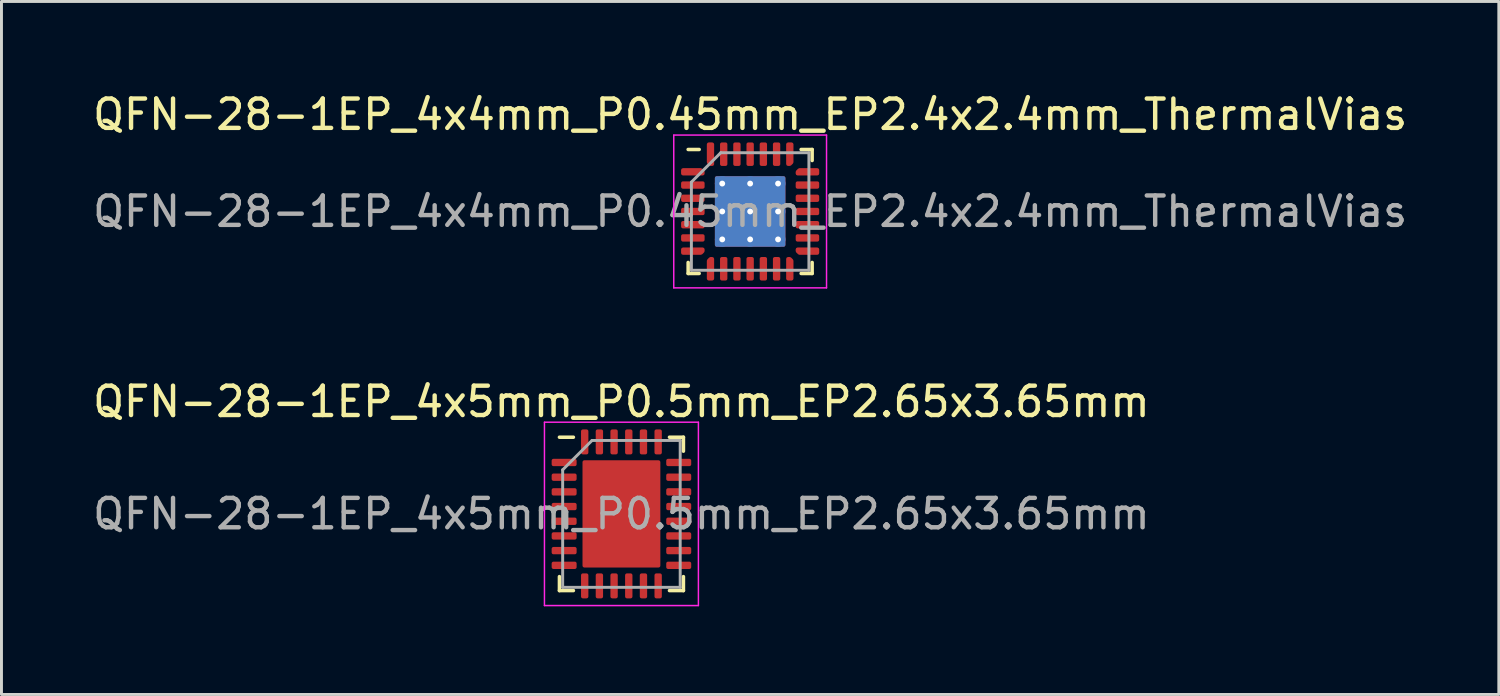
<source format=kicad_pcb>
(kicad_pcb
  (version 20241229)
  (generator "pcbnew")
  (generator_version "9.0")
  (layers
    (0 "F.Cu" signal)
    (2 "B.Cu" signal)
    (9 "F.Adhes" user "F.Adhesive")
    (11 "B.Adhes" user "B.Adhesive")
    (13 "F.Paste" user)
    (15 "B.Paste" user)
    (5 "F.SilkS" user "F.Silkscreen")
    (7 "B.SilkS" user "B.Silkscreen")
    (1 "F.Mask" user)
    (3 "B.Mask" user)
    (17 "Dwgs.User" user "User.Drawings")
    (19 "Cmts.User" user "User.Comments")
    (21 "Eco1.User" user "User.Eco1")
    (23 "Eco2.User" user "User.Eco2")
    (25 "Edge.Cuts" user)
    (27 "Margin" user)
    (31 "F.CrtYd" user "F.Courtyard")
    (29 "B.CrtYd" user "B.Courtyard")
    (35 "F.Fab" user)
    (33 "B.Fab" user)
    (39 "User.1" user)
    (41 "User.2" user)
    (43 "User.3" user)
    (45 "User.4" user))
  (footprint "QFN-28-1EP_4x4mm_P0.45mm_EP2.4x2.4mm_ThermalVias"
    (layer "F.Cu")
    (at 22.482 4.148)
    (property "Reference" "QFN-28-1EP_4x4mm_P0.45mm_EP2.4x2.4mm_ThermalVias" (at 0 -3.3 0) (layer "F.SilkS") (effects (font (size 1 1) (thickness 0.15))))
    (attr smd)
    (fp_line (start -2.11 2.11) (end -2.11 1.735) (stroke (width 0.12) (type solid)) (layer "F.SilkS"))
    (fp_line (start -1.735 -2.11) (end -2.11 -2.11) (stroke (width 0.12) (type solid)) (layer "F.SilkS"))
    (fp_line (start -1.735 2.11) (end -2.11 2.11) (stroke (width 0.12) (type solid)) (layer "F.SilkS"))
    (fp_line (start 1.735 -2.11) (end 2.11 -2.11) (stroke (width 0.12) (type solid)) (layer "F.SilkS"))
    (fp_line (start 1.735 2.11) (end 2.11 2.11) (stroke (width 0.12) (type solid)) (layer "F.SilkS"))
    (fp_line (start 2.11 -2.11) (end 2.11 -1.735) (stroke (width 0.12) (type solid)) (layer "F.SilkS"))
    (fp_line (start 2.11 2.11) (end 2.11 1.735) (stroke (width 0.12) (type solid)) (layer "F.SilkS"))
    (fp_line (start -2.6 -2.6) (end -2.6 2.6) (stroke (width 0.05) (type solid)) (layer "F.CrtYd"))
    (fp_line (start -2.6 2.6) (end 2.6 2.6) (stroke (width 0.05) (type solid)) (layer "F.CrtYd"))
    (fp_line (start 2.6 -2.6) (end -2.6 -2.6) (stroke (width 0.05) (type solid)) (layer "F.CrtYd"))
    (fp_line (start 2.6 2.6) (end 2.6 -2.6) (stroke (width 0.05) (type solid)) (layer "F.CrtYd"))
    (fp_line (start -2 -1) (end -1 -2) (stroke (width 0.1) (type solid)) (layer "F.Fab"))
    (fp_line (start -2 2) (end -2 -1) (stroke (width 0.1) (type solid)) (layer "F.Fab"))
    (fp_line (start -1 -2) (end 2 -2) (stroke (width 0.1) (type solid)) (layer "F.Fab"))
    (fp_line (start 2 -2) (end 2 2) (stroke (width 0.1) (type solid)) (layer "F.Fab"))
    (fp_line (start 2 2) (end -2 2) (stroke (width 0.1) (type solid)) (layer "F.Fab"))
    (fp_text user "${REFERENCE}" (at 0 0 0) (layer "F.Fab") (effects (font (size 1 1) (thickness 0.15))))
    (pad "" smd roundrect (at -0.6 -0.6) (size 1.04 1.04) (layers "F.Paste") (roundrect_rratio 0.24))
    (pad "" smd roundrect (at -0.6 0.6) (size 1.04 1.04) (layers "F.Paste") (roundrect_rratio 0.24))
    (pad "" smd roundrect (at 0.6 -0.6) (size 1.04 1.04) (layers "F.Paste") (roundrect_rratio 0.24))
    (pad "" smd roundrect (at 0.6 0.6) (size 1.04 1.04) (layers "F.Paste") (roundrect_rratio 0.24))
    (pad "1" smd custom (at -1.95 -1.35) (size 0.179 0.179) (layers "F.Cu" "F.Mask" "F.Paste") (options (anchor circle)) (primitives (gr_poly (pts (xy -0.338 -0.062) (xy 0.274 -0.062) (xy 0.338 0.001) (xy 0.338 0.062) (xy -0.338 0.062)) (width 0.125) (fill yes))))
    (pad "2" smd roundrect (at -1.95 -0.9) (size 0.8 0.25) (layers "F.Cu" "F.Mask" "F.Paste") (roundrect_rratio 0.25))
    (pad "3" smd roundrect (at -1.95 -0.45) (size 0.8 0.25) (layers "F.Cu" "F.Mask" "F.Paste") (roundrect_rratio 0.25))
    (pad "4" smd roundrect (at -1.95 0) (size 0.8 0.25) (layers "F.Cu" "F.Mask" "F.Paste") (roundrect_rratio 0.25))
    (pad "5" smd roundrect (at -1.95 0.45) (size 0.8 0.25) (layers "F.Cu" "F.Mask" "F.Paste") (roundrect_rratio 0.25))
    (pad "6" smd roundrect (at -1.95 0.9) (size 0.8 0.25) (layers "F.Cu" "F.Mask" "F.Paste") (roundrect_rratio 0.25))
    (pad "7" smd custom (at -1.95 1.35) (size 0.179 0.179) (layers "F.Cu" "F.Mask" "F.Paste") (options (anchor circle)) (primitives (gr_poly (pts (xy -0.338 -0.062) (xy 0.338 -0.062) (xy 0.338 -0.001) (xy 0.274 0.062) (xy -0.338 0.062)) (width 0.125) (fill yes))))
    (pad "8" smd custom (at -1.35 1.95) (size 0.179 0.179) (layers "F.Cu" "F.Mask" "F.Paste") (options (anchor circle)) (primitives (gr_poly (pts (xy -0.062 -0.274) (xy 0.001 -0.338) (xy 0.062 -0.338) (xy 0.062 0.338) (xy -0.062 0.338)) (width 0.125) (fill yes))))
    (pad "9" smd roundrect (at -0.9 1.95) (size 0.25 0.8) (layers "F.Cu" "F.Mask" "F.Paste") (roundrect_rratio 0.25))
    (pad "10" smd roundrect (at -0.45 1.95) (size 0.25 0.8) (layers "F.Cu" "F.Mask" "F.Paste") (roundrect_rratio 0.25))
    (pad "11" smd roundrect (at 0 1.95) (size 0.25 0.8) (layers "F.Cu" "F.Mask" "F.Paste") (roundrect_rratio 0.25))
    (pad "12" smd roundrect (at 0.45 1.95) (size 0.25 0.8) (layers "F.Cu" "F.Mask" "F.Paste") (roundrect_rratio 0.25))
    (pad "13" smd roundrect (at 0.9 1.95) (size 0.25 0.8) (layers "F.Cu" "F.Mask" "F.Paste") (roundrect_rratio 0.25))
    (pad "14" smd custom (at 1.35 1.95) (size 0.179 0.179) (layers "F.Cu" "F.Mask" "F.Paste") (options (anchor circle)) (primitives (gr_poly (pts (xy -0.062 -0.338) (xy -0.001 -0.338) (xy 0.062 -0.274) (xy 0.062 0.338) (xy -0.062 0.338)) (width 0.125) (fill yes))))
    (pad "15" smd custom (at 1.95 1.35) (size 0.179 0.179) (layers "F.Cu" "F.Mask" "F.Paste") (options (anchor circle)) (primitives (gr_poly (pts (xy -0.338 -0.062) (xy 0.338 -0.062) (xy 0.338 0.062) (xy -0.274 0.062) (xy -0.338 -0.001)) (width 0.125) (fill yes))))
    (pad "16" smd roundrect (at 1.95 0.9) (size 0.8 0.25) (layers "F.Cu" "F.Mask" "F.Paste") (roundrect_rratio 0.25))
    (pad "17" smd roundrect (at 1.95 0.45) (size 0.8 0.25) (layers "F.Cu" "F.Mask" "F.Paste") (roundrect_rratio 0.25))
    (pad "18" smd roundrect (at 1.95 0) (size 0.8 0.25) (layers "F.Cu" "F.Mask" "F.Paste") (roundrect_rratio 0.25))
    (pad "19" smd roundrect (at 1.95 -0.45) (size 0.8 0.25) (layers "F.Cu" "F.Mask" "F.Paste") (roundrect_rratio 0.25))
    (pad "20" smd roundrect (at 1.95 -0.9) (size 0.8 0.25) (layers "F.Cu" "F.Mask" "F.Paste") (roundrect_rratio 0.25))
    (pad "21" smd custom (at 1.95 -1.35) (size 0.179 0.179) (layers "F.Cu" "F.Mask" "F.Paste") (options (anchor circle)) (primitives (gr_poly (pts (xy -0.338 0.001) (xy -0.274 -0.062) (xy 0.338 -0.062) (xy 0.338 0.062) (xy -0.338 0.062)) (width 0.125) (fill yes))))
    (pad "22" smd custom (at 1.35 -1.95) (size 0.179 0.179) (layers "F.Cu" "F.Mask" "F.Paste") (options (anchor circle)) (primitives (gr_poly (pts (xy -0.062 -0.338) (xy 0.062 -0.338) (xy 0.062 0.274) (xy -0.001 0.338) (xy -0.062 0.338)) (width 0.125) (fill yes))))
    (pad "23" smd roundrect (at 0.9 -1.95) (size 0.25 0.8) (layers "F.Cu" "F.Mask" "F.Paste") (roundrect_rratio 0.25))
    (pad "24" smd roundrect (at 0.45 -1.95) (size 0.25 0.8) (layers "F.Cu" "F.Mask" "F.Paste") (roundrect_rratio 0.25))
    (pad "25" smd roundrect (at 0 -1.95) (size 0.25 0.8) (layers "F.Cu" "F.Mask" "F.Paste") (roundrect_rratio 0.25))
    (pad "26" smd roundrect (at -0.45 -1.95) (size 0.25 0.8) (layers "F.Cu" "F.Mask" "F.Paste") (roundrect_rratio 0.25))
    (pad "27" smd roundrect (at -0.9 -1.95) (size 0.25 0.8) (layers "F.Cu" "F.Mask" "F.Paste") (roundrect_rratio 0.25))
    (pad "28" smd custom (at -1.35 -1.95) (size 0.179 0.179) (layers "F.Cu" "F.Mask" "F.Paste") (options (anchor circle)) (primitives (gr_poly (pts (xy -0.062 -0.338) (xy 0.062 -0.338) (xy 0.062 0.338) (xy 0.001 0.338) (xy -0.062 0.274)) (width 0.125) (fill yes))))
    (pad "29" thru_hole circle (at -0.95 -0.95) (size 0.5 0.5) (drill 0.2) (layers "*.Cu"))
    (pad "29" thru_hole circle (at -0.95 0) (size 0.5 0.5) (drill 0.2) (layers "*.Cu"))
    (pad "29" thru_hole circle (at -0.95 0.95) (size 0.5 0.5) (drill 0.2) (layers "*.Cu"))
    (pad "29" thru_hole circle (at 0 -0.95) (size 0.5 0.5) (drill 0.2) (layers "*.Cu"))
    (pad "29" thru_hole circle (at 0 0) (size 0.5 0.5) (drill 0.2) (layers "*.Cu"))
    (pad "29" smd roundrect (at 0 0) (size 2.4 2.4) (layers "F.Cu" "F.Mask") (roundrect_rratio 0.026))
    (pad "29" smd roundrect (at 0 0) (size 2.4 2.4) (layers "B.Cu") (roundrect_rratio 0.026))
    (pad "29" thru_hole circle (at 0 0.95) (size 0.5 0.5) (drill 0.2) (layers "*.Cu"))
    (pad "29" thru_hole circle (at 0.95 -0.95) (size 0.5 0.5) (drill 0.2) (layers "*.Cu"))
    (pad "29" thru_hole circle (at 0.95 0) (size 0.5 0.5) (drill 0.2) (layers "*.Cu"))
    (pad "29" thru_hole circle (at 0.95 0.95) (size 0.5 0.5) (drill 0.2) (layers "*.Cu")))
  (footprint "QFN-28-1EP_4x5mm_P0.5mm_EP2.65x3.65mm"
    (layer "F.Cu")
    (at 18.101 14.441)
    (property "Reference" "QFN-28-1EP_4x5mm_P0.5mm_EP2.65x3.65mm" (at 0 -3.82 0) (layer "F.SilkS") (effects (font (size 1 1) (thickness 0.15))))
    (attr smd)
    (fp_line (start -2.11 2.61) (end -2.11 2.135) (stroke (width 0.12) (type solid)) (layer "F.SilkS"))
    (fp_line (start -1.635 -2.61) (end -2.11 -2.61) (stroke (width 0.12) (type solid)) (layer "F.SilkS"))
    (fp_line (start -1.635 2.61) (end -2.11 2.61) (stroke (width 0.12) (type solid)) (layer "F.SilkS"))
    (fp_line (start 1.635 -2.61) (end 2.11 -2.61) (stroke (width 0.12) (type solid)) (layer "F.SilkS"))
    (fp_line (start 1.635 2.61) (end 2.11 2.61) (stroke (width 0.12) (type solid)) (layer "F.SilkS"))
    (fp_line (start 2.11 -2.61) (end 2.11 -2.135) (stroke (width 0.12) (type solid)) (layer "F.SilkS"))
    (fp_line (start 2.11 2.61) (end 2.11 2.135) (stroke (width 0.12) (type solid)) (layer "F.SilkS"))
    (fp_line (start -2.62 -3.12) (end -2.62 3.12) (stroke (width 0.05) (type solid)) (layer "F.CrtYd"))
    (fp_line (start -2.62 3.12) (end 2.62 3.12) (stroke (width 0.05) (type solid)) (layer "F.CrtYd"))
    (fp_line (start 2.62 -3.12) (end -2.62 -3.12) (stroke (width 0.05) (type solid)) (layer "F.CrtYd"))
    (fp_line (start 2.62 3.12) (end 2.62 -3.12) (stroke (width 0.05) (type solid)) (layer "F.CrtYd"))
    (fp_line (start -2 -1.5) (end -1 -2.5) (stroke (width 0.1) (type solid)) (layer "F.Fab"))
    (fp_line (start -2 2.5) (end -2 -1.5) (stroke (width 0.1) (type solid)) (layer "F.Fab"))
    (fp_line (start -1 -2.5) (end 2 -2.5) (stroke (width 0.1) (type solid)) (layer "F.Fab"))
    (fp_line (start 2 -2.5) (end 2 2.5) (stroke (width 0.1) (type solid)) (layer "F.Fab"))
    (fp_line (start 2 2.5) (end -2 2.5) (stroke (width 0.1) (type solid)) (layer "F.Fab"))
    (fp_text user "${REFERENCE}" (at 0 0 0) (layer "F.Fab") (effects (font (size 1 1) (thickness 0.15))))
    (pad "" smd roundrect (at -0.66 -1.22) (size 1.07 0.98) (layers "F.Paste") (roundrect_rratio 0.25))
    (pad "" smd roundrect (at -0.66 0) (size 1.07 0.98) (layers "F.Paste") (roundrect_rratio 0.25))
    (pad "" smd roundrect (at -0.66 1.22) (size 1.07 0.98) (layers "F.Paste") (roundrect_rratio 0.25))
    (pad "" smd roundrect (at 0.66 -1.22) (size 1.07 0.98) (layers "F.Paste") (roundrect_rratio 0.25))
    (pad "" smd roundrect (at 0.66 0) (size 1.07 0.98) (layers "F.Paste") (roundrect_rratio 0.25))
    (pad "" smd roundrect (at 0.66 1.22) (size 1.07 0.98) (layers "F.Paste") (roundrect_rratio 0.25))
    (pad "1" smd roundrect (at -1.95 -1.75) (size 0.85 0.25) (layers "F.Cu" "F.Mask" "F.Paste") (roundrect_rratio 0.25))
    (pad "2" smd roundrect (at -1.95 -1.25) (size 0.85 0.25) (layers "F.Cu" "F.Mask" "F.Paste") (roundrect_rratio 0.25))
    (pad "3" smd roundrect (at -1.95 -0.75) (size 0.85 0.25) (layers "F.Cu" "F.Mask" "F.Paste") (roundrect_rratio 0.25))
    (pad "4" smd roundrect (at -1.95 -0.25) (size 0.85 0.25) (layers "F.Cu" "F.Mask" "F.Paste") (roundrect_rratio 0.25))
    (pad "5" smd roundrect (at -1.95 0.25) (size 0.85 0.25) (layers "F.Cu" "F.Mask" "F.Paste") (roundrect_rratio 0.25))
    (pad "6" smd roundrect (at -1.95 0.75) (size 0.85 0.25) (layers "F.Cu" "F.Mask" "F.Paste") (roundrect_rratio 0.25))
    (pad "7" smd roundrect (at -1.95 1.25) (size 0.85 0.25) (layers "F.Cu" "F.Mask" "F.Paste") (roundrect_rratio 0.25))
    (pad "8" smd roundrect (at -1.95 1.75) (size 0.85 0.25) (layers "F.Cu" "F.Mask" "F.Paste") (roundrect_rratio 0.25))
    (pad "9" smd roundrect (at -1.25 2.45) (size 0.25 0.85) (layers "F.Cu" "F.Mask" "F.Paste") (roundrect_rratio 0.25))
    (pad "10" smd roundrect (at -0.75 2.45) (size 0.25 0.85) (layers "F.Cu" "F.Mask" "F.Paste") (roundrect_rratio 0.25))
    (pad "11" smd roundrect (at -0.25 2.45) (size 0.25 0.85) (layers "F.Cu" "F.Mask" "F.Paste") (roundrect_rratio 0.25))
    (pad "12" smd roundrect (at 0.25 2.45) (size 0.25 0.85) (layers "F.Cu" "F.Mask" "F.Paste") (roundrect_rratio 0.25))
    (pad "13" smd roundrect (at 0.75 2.45) (size 0.25 0.85) (layers "F.Cu" "F.Mask" "F.Paste") (roundrect_rratio 0.25))
    (pad "14" smd roundrect (at 1.25 2.45) (size 0.25 0.85) (layers "F.Cu" "F.Mask" "F.Paste") (roundrect_rratio 0.25))
    (pad "15" smd roundrect (at 1.95 1.75) (size 0.85 0.25) (layers "F.Cu" "F.Mask" "F.Paste") (roundrect_rratio 0.25))
    (pad "16" smd roundrect (at 1.95 1.25) (size 0.85 0.25) (layers "F.Cu" "F.Mask" "F.Paste") (roundrect_rratio 0.25))
    (pad "17" smd roundrect (at 1.95 0.75) (size 0.85 0.25) (layers "F.Cu" "F.Mask" "F.Paste") (roundrect_rratio 0.25))
    (pad "18" smd roundrect (at 1.95 0.25) (size 0.85 0.25) (layers "F.Cu" "F.Mask" "F.Paste") (roundrect_rratio 0.25))
    (pad "19" smd roundrect (at 1.95 -0.25) (size 0.85 0.25) (layers "F.Cu" "F.Mask" "F.Paste") (roundrect_rratio 0.25))
    (pad "20" smd roundrect (at 1.95 -0.75) (size 0.85 0.25) (layers "F.Cu" "F.Mask" "F.Paste") (roundrect_rratio 0.25))
    (pad "21" smd roundrect (at 1.95 -1.25) (size 0.85 0.25) (layers "F.Cu" "F.Mask" "F.Paste") (roundrect_rratio 0.25))
    (pad "22" smd roundrect (at 1.95 -1.75) (size 0.85 0.25) (layers "F.Cu" "F.Mask" "F.Paste") (roundrect_rratio 0.25))
    (pad "23" smd roundrect (at 1.25 -2.45) (size 0.25 0.85) (layers "F.Cu" "F.Mask" "F.Paste") (roundrect_rratio 0.25))
    (pad "24" smd roundrect (at 0.75 -2.45) (size 0.25 0.85) (layers "F.Cu" "F.Mask" "F.Paste") (roundrect_rratio 0.25))
    (pad "25" smd roundrect (at 0.25 -2.45) (size 0.25 0.85) (layers "F.Cu" "F.Mask" "F.Paste") (roundrect_rratio 0.25))
    (pad "26" smd roundrect (at -0.25 -2.45) (size 0.25 0.85) (layers "F.Cu" "F.Mask" "F.Paste") (roundrect_rratio 0.25))
    (pad "27" smd roundrect (at -0.75 -2.45) (size 0.25 0.85) (layers "F.Cu" "F.Mask" "F.Paste") (roundrect_rratio 0.25))
    (pad "28" smd roundrect (at -1.25 -2.45) (size 0.25 0.85) (layers "F.Cu" "F.Mask" "F.Paste") (roundrect_rratio 0.25))
    (pad "29" smd roundrect (at 0 0) (size 2.65 3.65) (layers "F.Cu" "F.Mask") (roundrect_rratio 0.024)))
  (gr_rect
    (start -3 -3)
    (end 47.964 20.587)
    (stroke (width 0.1) (type default))
    (fill no)
    (layer "Edge.Cuts")))
</source>
